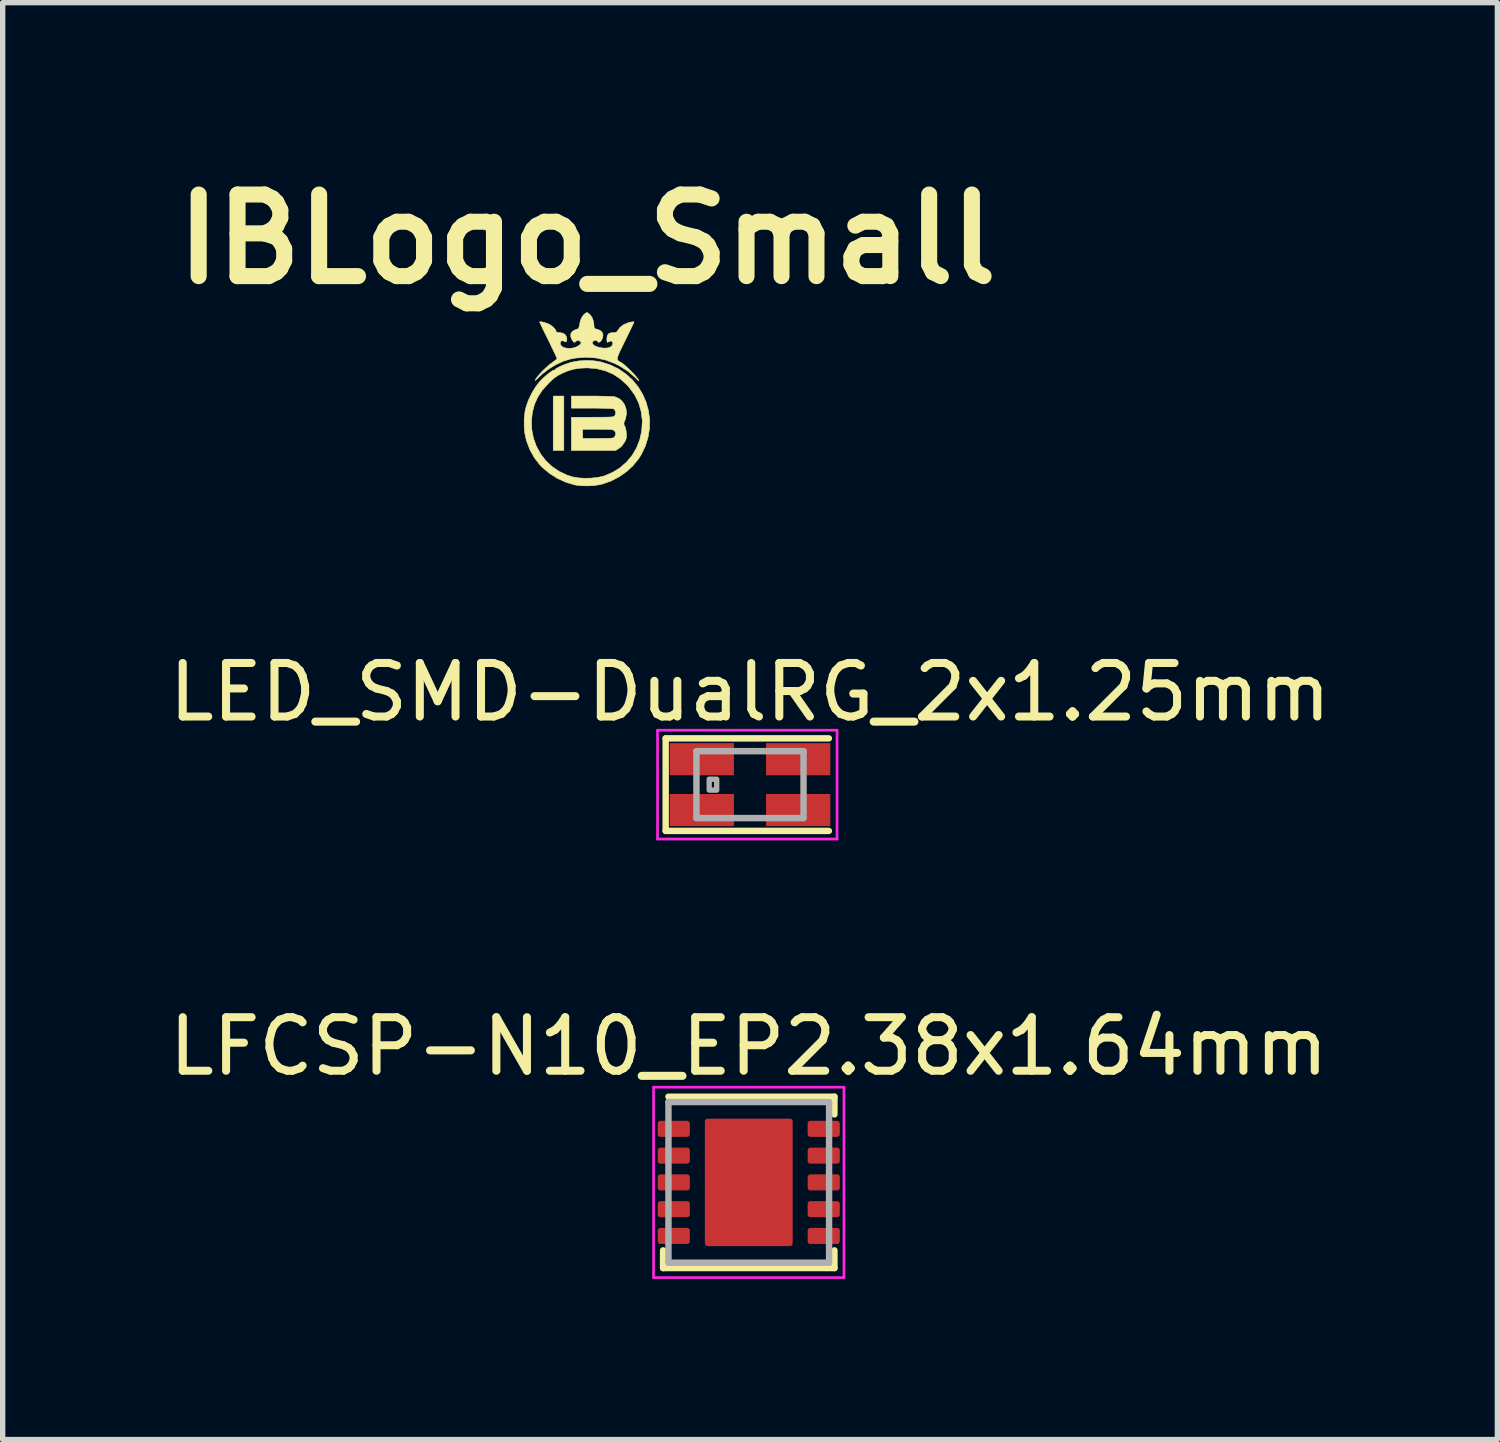
<source format=kicad_pcb>
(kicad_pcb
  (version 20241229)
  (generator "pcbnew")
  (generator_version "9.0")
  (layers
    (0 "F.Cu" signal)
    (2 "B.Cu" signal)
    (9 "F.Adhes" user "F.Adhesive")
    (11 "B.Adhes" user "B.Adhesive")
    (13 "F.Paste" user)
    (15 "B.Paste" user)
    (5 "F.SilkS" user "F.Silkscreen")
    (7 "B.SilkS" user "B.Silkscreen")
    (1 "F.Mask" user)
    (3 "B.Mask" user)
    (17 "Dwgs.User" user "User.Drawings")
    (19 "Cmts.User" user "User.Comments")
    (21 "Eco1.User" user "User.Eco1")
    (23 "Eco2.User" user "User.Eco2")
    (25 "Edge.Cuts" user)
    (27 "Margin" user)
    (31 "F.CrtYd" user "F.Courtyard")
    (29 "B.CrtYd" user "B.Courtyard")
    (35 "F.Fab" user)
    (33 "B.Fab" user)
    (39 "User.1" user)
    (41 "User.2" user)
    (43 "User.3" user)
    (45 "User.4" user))
  (footprint "LED_SMD-DualRG_2x1.25mm"
    (layer "F.Cu")
    (at 10.958 11.605)
    (property "Reference" "LED_SMD-DualRG_2x1.25mm" (at 0 -1.727 0) (layer "F.SilkS") (effects (font (size 1 1) (thickness 0.15))))
    (attr through_hole)
    (fp_line (start -1.575 -0.864) (end -1.575 0.864) (stroke (width 0.12) (type solid)) (layer "F.SilkS"))
    (fp_line (start -1.575 0.864) (end 1.473 0.864) (stroke (width 0.12) (type solid)) (layer "F.SilkS"))
    (fp_line (start 1.473 -0.864) (end -1.575 -0.864) (stroke (width 0.12) (type solid)) (layer "F.SilkS"))
    (fp_line (start -1.727 -1.016) (end 1.626 -1.016) (stroke (width 0.05) (type solid)) (layer "F.CrtYd"))
    (fp_line (start -1.727 1.016) (end -1.727 -1.016) (stroke (width 0.05) (type solid)) (layer "F.CrtYd"))
    (fp_line (start 1.626 -1.016) (end 1.626 1.016) (stroke (width 0.05) (type solid)) (layer "F.CrtYd"))
    (fp_line (start 1.626 1.016) (end -1.727 1.016) (stroke (width 0.05) (type solid)) (layer "F.CrtYd"))
    (fp_line (start -1 -0.625) (end 1 -0.625) (stroke (width 0.12) (type solid)) (layer "F.Fab"))
    (fp_line (start -1 0.625) (end -1 -0.625) (stroke (width 0.12) (type solid)) (layer "F.Fab"))
    (fp_line (start 1 -0.625) (end 1 0.625) (stroke (width 0.12) (type solid)) (layer "F.Fab"))
    (fp_line (start 1 0.625) (end -1 0.625) (stroke (width 0.12) (type solid)) (layer "F.Fab"))
    (fp_poly (pts (xy -0.762 -0.102) (xy -0.622 -0.102) (xy -0.622 0.102) (xy -0.762 0.102)) (stroke (width 0.1) (type solid)) (fill no) (layer "F.Fab"))
    (pad "1" smd rect (at 0.9 -0.475) (size 1.2 0.6) (layers "F.Cu" "F.Mask" "F.Paste"))
    (pad "2" smd rect (at -0.9 -0.475) (size 1.2 0.6) (layers "F.Cu" "F.Mask" "F.Paste"))
    (pad "3" smd rect (at -0.9 0.475) (size 1.2 0.6) (layers "F.Cu" "F.Mask" "F.Paste"))
    (pad "4" smd rect (at 0.9 0.475) (size 1.2 0.6) (layers "F.Cu" "F.Mask" "F.Paste")))
  (footprint "IBLogo_Small"
    (layer "F.Cu")
    (at 7.918 4.418)
    (property "Reference" "IBLogo_Small" (at 0 -3 0) (layer "F.SilkS") (effects (font (size 1.524 1.524) (thickness 0.3))))
    (attr exclude_from_pos_files exclude_from_bom)
    (fp_poly (pts (xy -0.437 0.945) (xy -0.635 0.945) (xy -0.635 -0.071) (xy -0.437 -0.071) (xy -0.437 0.945)) (stroke (width 0.01) (type solid)) (fill yes) (layer "F.SilkS"))
    (fp_poly (pts (xy 0.081 -0.07) (xy 0.185 -0.07) (xy 0.282 -0.068) (xy 0.368 -0.066) (xy 0.438 -0.063) (xy 0.489 -0.06) (xy 0.514 -0.057) (xy 0.591 -0.026) (xy 0.653 0.026) (xy 0.699 0.094) (xy 0.726 0.173) (xy 0.733 0.259) (xy 0.717 0.346) (xy 0.706 0.377) (xy 0.689 0.419) (xy 0.683 0.445) (xy 0.687 0.466) (xy 0.699 0.486) (xy 0.714 0.523) (xy 0.726 0.579) (xy 0.73 0.62) (xy 0.733 0.675) (xy 0.729 0.715) (xy 0.717 0.752) (xy 0.697 0.791) (xy 0.642 0.866) (xy 0.593 0.906) (xy 0.531 0.945) (xy -0.296 0.945) (xy -0.296 0.55) (xy -0.085 0.55) (xy -0.085 0.72) (xy 0.204 0.72) (xy 0.301 0.72) (xy 0.374 0.719) (xy 0.426 0.718) (xy 0.462 0.715) (xy 0.485 0.711) (xy 0.499 0.704) (xy 0.509 0.695) (xy 0.514 0.688) (xy 0.534 0.643) (xy 0.527 0.603) (xy 0.508 0.579) (xy 0.497 0.569) (xy 0.482 0.562) (xy 0.46 0.557) (xy 0.426 0.553) (xy 0.377 0.551) (xy 0.309 0.551) (xy 0.217 0.55) (xy 0.198 0.55) (xy -0.085 0.55) (xy -0.296 0.55) (xy -0.296 0.325) (xy 0.097 0.325) (xy 0.212 0.324) (xy 0.303 0.324) (xy 0.373 0.323) (xy 0.424 0.321) (xy 0.46 0.319) (xy 0.484 0.315) (xy 0.499 0.309) (xy 0.509 0.302) (xy 0.514 0.297) (xy 0.53 0.261) (xy 0.528 0.219) (xy 0.51 0.182) (xy 0.494 0.169) (xy 0.472 0.165) (xy 0.425 0.162) (xy 0.356 0.159) (xy 0.268 0.157) (xy 0.164 0.155) (xy 0.086 0.155) (xy -0.296 0.155) (xy -0.296 -0.071) (xy 0.081 -0.07)) (stroke (width 0.01) (type solid)) (fill yes) (layer "F.SilkS"))
    (fp_poly (pts (xy 0.136 -0.728) (xy 0.255 -0.708) (xy 0.428 -0.653) (xy 0.584 -0.577) (xy 0.724 -0.482) (xy 0.847 -0.369) (xy 0.951 -0.242) (xy 1.036 -0.103) (xy 1.1 0.046) (xy 1.143 0.203) (xy 1.165 0.365) (xy 1.163 0.53) (xy 1.137 0.695) (xy 1.087 0.859) (xy 1.011 1.018) (xy 0.959 1.101) (xy 0.857 1.227) (xy 0.734 1.341) (xy 0.594 1.438) (xy 0.442 1.517) (xy 0.283 1.572) (xy 0.223 1.586) (xy 0.121 1.601) (xy 0.006 1.607) (xy -0.109 1.604) (xy -0.213 1.592) (xy -0.239 1.587) (xy -0.401 1.538) (xy -0.559 1.466) (xy -0.706 1.373) (xy -0.837 1.263) (xy -0.891 1.206) (xy -0.989 1.079) (xy -1.067 0.939) (xy -1.129 0.781) (xy -1.138 0.752) (xy -1.165 0.629) (xy -1.178 0.491) (xy -1.177 0.382) (xy -1.041 0.382) (xy -1.036 0.552) (xy -1.005 0.715) (xy -0.95 0.867) (xy -0.872 1.009) (xy -0.775 1.135) (xy -0.658 1.246) (xy -0.524 1.337) (xy -0.375 1.407) (xy -0.266 1.441) (xy -0.165 1.458) (xy -0.048 1.465) (xy 0.075 1.462) (xy 0.194 1.449) (xy 0.298 1.427) (xy 0.318 1.421) (xy 0.474 1.355) (xy 0.614 1.268) (xy 0.736 1.161) (xy 0.839 1.037) (xy 0.921 0.898) (xy 0.981 0.746) (xy 1.017 0.584) (xy 1.028 0.414) (xy 1.027 0.374) (xy 1.005 0.208) (xy 0.959 0.054) (xy 0.887 -0.091) (xy 0.788 -0.227) (xy 0.743 -0.278) (xy 0.617 -0.393) (xy 0.48 -0.482) (xy 0.332 -0.545) (xy 0.171 -0.584) (xy -0.002 -0.597) (xy -0.007 -0.597) (xy -0.137 -0.591) (xy -0.253 -0.573) (xy -0.365 -0.54) (xy -0.479 -0.491) (xy -0.537 -0.461) (xy -0.587 -0.429) (xy -0.637 -0.391) (xy -0.693 -0.339) (xy -0.727 -0.305) (xy -0.84 -0.179) (xy -0.926 -0.049) (xy -0.987 0.089) (xy -1.025 0.237) (xy -1.041 0.382) (xy -1.177 0.382) (xy -1.177 0.35) (xy -1.162 0.216) (xy -1.145 0.142) (xy -1.101 0.013) (xy -1.039 -0.118) (xy -0.965 -0.24) (xy -0.906 -0.319) (xy -0.861 -0.368) (xy -0.81 -0.418) (xy -0.756 -0.465) (xy -0.746 -0.473) (xy -0.579 -0.473) (xy -0.572 -0.466) (xy -0.564 -0.473) (xy -0.572 -0.48) (xy -0.579 -0.473) (xy -0.746 -0.473) (xy -0.704 -0.506) (xy -0.659 -0.538) (xy -0.625 -0.556) (xy -0.61 -0.558) (xy -0.597 -0.558) (xy -0.598 -0.562) (xy -0.591 -0.576) (xy -0.558 -0.597) (xy -0.501 -0.626) (xy -0.423 -0.66) (xy -0.298 -0.702) (xy -0.158 -0.727) (xy -0.011 -0.736) (xy 0.136 -0.728)) (stroke (width 0.01) (type solid)) (fill yes) (layer "F.SilkS"))
    (fp_poly (pts (xy 0.01 -1.625) (xy 0.06 -1.584) (xy 0.098 -1.522) (xy 0.121 -1.447) (xy 0.126 -1.388) (xy 0.129 -1.35) (xy 0.139 -1.332) (xy 0.164 -1.323) (xy 0.175 -1.321) (xy 0.238 -1.298) (xy 0.279 -1.261) (xy 0.295 -1.212) (xy 0.286 -1.154) (xy 0.268 -1.118) (xy 0.241 -1.084) (xy 0.215 -1.073) (xy 0.196 -1.087) (xy 0.192 -1.094) (xy 0.173 -1.111) (xy 0.142 -1.112) (xy 0.111 -1.096) (xy 0.107 -1.093) (xy 0.094 -1.066) (xy 0.103 -1.039) (xy 0.132 -1.015) (xy 0.175 -0.994) (xy 0.227 -0.978) (xy 0.285 -0.968) (xy 0.342 -0.966) (xy 0.395 -0.972) (xy 0.439 -0.99) (xy 0.442 -0.992) (xy 0.469 -1.02) (xy 0.479 -1.051) (xy 0.474 -1.079) (xy 0.455 -1.097) (xy 0.426 -1.097) (xy 0.408 -1.089) (xy 0.385 -1.076) (xy 0.372 -1.078) (xy 0.368 -1.1) (xy 0.367 -1.142) (xy 0.374 -1.198) (xy 0.398 -1.234) (xy 0.442 -1.252) (xy 0.49 -1.256) (xy 0.53 -1.259) (xy 0.554 -1.271) (xy 0.57 -1.295) (xy 0.618 -1.358) (xy 0.689 -1.409) (xy 0.776 -1.444) (xy 0.812 -1.452) (xy 0.849 -1.457) (xy 0.872 -1.457) (xy 0.875 -1.455) (xy 0.869 -1.441) (xy 0.852 -1.404) (xy 0.826 -1.349) (xy 0.792 -1.279) (xy 0.752 -1.198) (xy 0.71 -1.11) (xy 0.658 -1.006) (xy 0.618 -0.923) (xy 0.589 -0.859) (xy 0.571 -0.812) (xy 0.563 -0.778) (xy 0.564 -0.753) (xy 0.573 -0.735) (xy 0.591 -0.721) (xy 0.615 -0.707) (xy 0.629 -0.7) (xy 0.665 -0.676) (xy 0.713 -0.636) (xy 0.768 -0.585) (xy 0.825 -0.529) (xy 0.878 -0.474) (xy 0.921 -0.424) (xy 0.95 -0.385) (xy 0.952 -0.382) (xy 0.962 -0.361) (xy 0.96 -0.356) (xy 0.944 -0.369) (xy 0.912 -0.401) (xy 0.895 -0.418) (xy 0.766 -0.53) (xy 0.615 -0.628) (xy 0.517 -0.678) (xy 0.343 -0.744) (xy 0.161 -0.783) (xy -0.026 -0.796) (xy -0.215 -0.781) (xy -0.317 -0.762) (xy -0.447 -0.722) (xy -0.582 -0.659) (xy -0.714 -0.58) (xy -0.836 -0.486) (xy -0.901 -0.426) (xy -0.942 -0.386) (xy -0.965 -0.365) (xy -0.973 -0.363) (xy -0.967 -0.379) (xy -0.965 -0.382) (xy -0.932 -0.429) (xy -0.883 -0.487) (xy -0.824 -0.549) (xy -0.761 -0.609) (xy -0.699 -0.662) (xy -0.654 -0.695) (xy -0.611 -0.726) (xy -0.579 -0.752) (xy -0.565 -0.769) (xy -0.564 -0.771) (xy -0.57 -0.787) (xy -0.587 -0.826) (xy -0.614 -0.883) (xy -0.648 -0.954) (xy -0.687 -1.036) (xy -0.727 -1.117) (xy -0.77 -1.205) (xy -0.81 -1.286) (xy -0.843 -1.354) (xy -0.868 -1.408) (xy -0.884 -1.442) (xy -0.889 -1.455) (xy -0.877 -1.46) (xy -0.847 -1.456) (xy -0.805 -1.446) (xy -0.759 -1.432) (xy -0.716 -1.414) (xy -0.697 -1.404) (xy -0.652 -1.372) (xy -0.613 -1.334) (xy -0.587 -1.297) (xy -0.579 -1.271) (xy -0.566 -1.262) (xy -0.532 -1.256) (xy -0.514 -1.256) (xy -0.453 -1.245) (xy -0.408 -1.215) (xy -0.384 -1.168) (xy -0.381 -1.139) (xy -0.384 -1.098) (xy -0.396 -1.082) (xy -0.418 -1.088) (xy -0.429 -1.094) (xy -0.465 -1.106) (xy -0.492 -1.094) (xy -0.505 -1.064) (xy -0.503 -1.038) (xy -0.48 -1.002) (xy -0.438 -0.977) (xy -0.381 -0.963) (xy -0.317 -0.961) (xy -0.251 -0.971) (xy -0.19 -0.993) (xy -0.145 -1.023) (xy -0.12 -1.049) (xy -0.115 -1.068) (xy -0.121 -1.082) (xy -0.149 -1.106) (xy -0.183 -1.111) (xy -0.211 -1.094) (xy -0.233 -1.076) (xy -0.252 -1.079) (xy -0.275 -1.107) (xy -0.282 -1.118) (xy -0.308 -1.179) (xy -0.307 -1.233) (xy -0.28 -1.276) (xy -0.228 -1.307) (xy -0.207 -1.314) (xy -0.172 -1.327) (xy -0.155 -1.349) (xy -0.148 -1.38) (xy -0.131 -1.464) (xy -0.109 -1.526) (xy -0.078 -1.575) (xy -0.063 -1.591) (xy -0.03 -1.62) (xy -0.007 -1.629) (xy 0.01 -1.625)) (stroke (width 0.01) (type solid)) (fill yes) (layer "F.SilkS")))
  (footprint "LFCSP-N10_EP2.38x1.64mm"
    (layer "F.Cu")
    (at 10.935 19.034)
    (property "Reference" "LFCSP-N10_EP2.38x1.64mm" (at 0 -2.54 0) (layer "F.SilkS") (effects (font (size 1 1) (thickness 0.15))))
    (attr through_hole)
    (fp_line (start -1.6 1.6) (end -1.6 1.27) (stroke (width 0.12) (type solid)) (layer "F.SilkS"))
    (fp_line (start -1.5 -1.6) (end 1.6 -1.6) (stroke (width 0.12) (type solid)) (layer "F.SilkS"))
    (fp_line (start 1.6 -1.6) (end 1.6 -1.27) (stroke (width 0.12) (type solid)) (layer "F.SilkS"))
    (fp_line (start 1.6 1.27) (end 1.6 1.6) (stroke (width 0.12) (type solid)) (layer "F.SilkS"))
    (fp_line (start 1.6 1.6) (end -1.6 1.6) (stroke (width 0.12) (type solid)) (layer "F.SilkS"))
    (fp_line (start -1.778 -1.778) (end 1.778 -1.778) (stroke (width 0.05) (type solid)) (layer "F.CrtYd"))
    (fp_line (start -1.778 1.778) (end -1.778 -1.778) (stroke (width 0.05) (type solid)) (layer "F.CrtYd"))
    (fp_line (start 1.778 -1.778) (end 1.778 1.778) (stroke (width 0.05) (type solid)) (layer "F.CrtYd"))
    (fp_line (start 1.778 1.778) (end -1.778 1.778) (stroke (width 0.05) (type solid)) (layer "F.CrtYd"))
    (fp_line (start -1.5 -1.5) (end 1.5 -1.5) (stroke (width 0.12) (type solid)) (layer "F.Fab"))
    (fp_line (start -1.5 1.5) (end -1.5 -1.5) (stroke (width 0.12) (type solid)) (layer "F.Fab"))
    (fp_line (start 1.5 -1.5) (end 1.5 1.5) (stroke (width 0.12) (type solid)) (layer "F.Fab"))
    (fp_line (start 1.5 1.5) (end -1.5 1.5) (stroke (width 0.12) (type solid)) (layer "F.Fab"))
    (pad "1" smd roundrect (at -1.4 -1 270) (size 0.3 0.6) (layers "F.Cu" "F.Mask" "F.Paste") (roundrect_rratio 0.167))
    (pad "2" smd roundrect (at -1.4 -0.5 270) (size 0.3 0.6) (layers "F.Cu" "F.Mask" "F.Paste") (roundrect_rratio 0.167))
    (pad "3" smd roundrect (at -1.4 0 270) (size 0.3 0.6) (layers "F.Cu" "F.Mask" "F.Paste") (roundrect_rratio 0.167))
    (pad "4" smd roundrect (at -1.4 0.5 270) (size 0.3 0.6) (layers "F.Cu" "F.Mask" "F.Paste") (roundrect_rratio 0.167))
    (pad "5" smd roundrect (at -1.4 1 270) (size 0.3 0.6) (layers "F.Cu" "F.Mask" "F.Paste") (roundrect_rratio 0.167))
    (pad "6" smd roundrect (at 1.4 1 270) (size 0.3 0.6) (layers "F.Cu" "F.Mask" "F.Paste") (roundrect_rratio 0.167))
    (pad "7" smd roundrect (at 1.4 0.5 270) (size 0.3 0.6) (layers "F.Cu" "F.Mask" "F.Paste") (roundrect_rratio 0.167))
    (pad "8" smd roundrect (at 1.4 0 270) (size 0.3 0.6) (layers "F.Cu" "F.Mask" "F.Paste") (roundrect_rratio 0.167))
    (pad "9" smd roundrect (at 1.4 -0.5 270) (size 0.3 0.6) (layers "F.Cu" "F.Mask" "F.Paste") (roundrect_rratio 0.167))
    (pad "10" smd roundrect (at 1.4 -1 270) (size 0.3 0.6) (layers "F.Cu" "F.Mask" "F.Paste") (roundrect_rratio 0.167))
    (pad "11" smd roundrect (at 0 0) (size 1.64 2.38) (layers "F.Cu" "F.Mask" "F.Paste") (roundrect_rratio 0.03)))
  (gr_rect
    (start -3 -3)
    (end 24.917 23.837)
    (stroke (width 0.1) (type default))
    (fill no)
    (layer "Edge.Cuts")))
</source>
